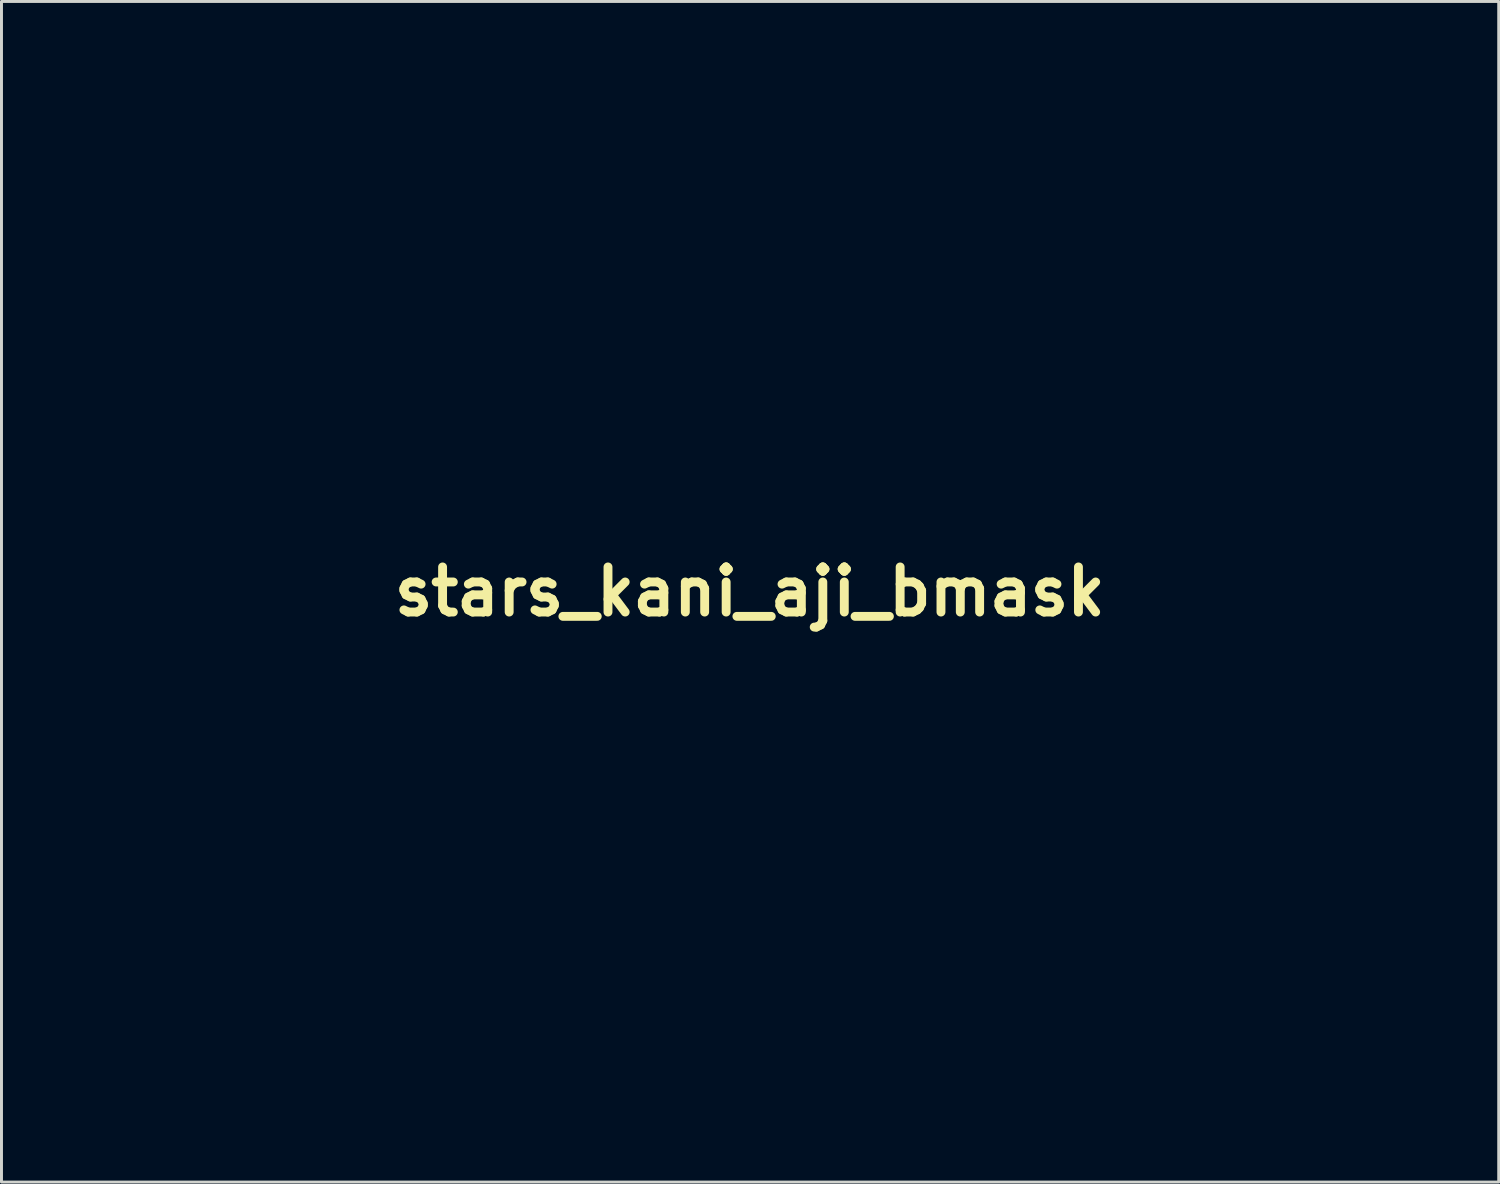
<source format=kicad_pcb>
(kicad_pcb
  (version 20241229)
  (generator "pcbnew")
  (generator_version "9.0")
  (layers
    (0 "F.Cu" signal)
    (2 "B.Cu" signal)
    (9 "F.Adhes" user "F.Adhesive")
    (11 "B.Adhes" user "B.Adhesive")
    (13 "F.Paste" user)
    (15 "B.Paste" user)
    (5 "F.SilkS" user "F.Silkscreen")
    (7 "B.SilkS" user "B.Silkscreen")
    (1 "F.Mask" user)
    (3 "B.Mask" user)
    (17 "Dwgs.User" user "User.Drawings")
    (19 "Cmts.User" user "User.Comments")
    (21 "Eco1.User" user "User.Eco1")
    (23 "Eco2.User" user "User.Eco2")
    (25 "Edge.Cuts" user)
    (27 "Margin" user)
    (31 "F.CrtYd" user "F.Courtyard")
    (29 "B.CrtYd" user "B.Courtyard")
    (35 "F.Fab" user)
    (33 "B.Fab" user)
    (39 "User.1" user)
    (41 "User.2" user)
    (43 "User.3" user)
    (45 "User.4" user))
  (footprint "stars_kani_aji_bmask"
    (layer "F.Cu")
    (at 22.279 16.937)
    (property "Reference" "stars_kani_aji_bmask" (at 0 0 0) (layer "F.SilkS") (effects (font (size 1.524 1.524) (thickness 0.3))))
    (attr through_hole)
    (fp_poly (pts (xy -14.33 -5.472) (xy -14.247 -5.392) (xy -14.211 -5.333) (xy -14.177 -5.237) (xy -14.184 -5.143) (xy -14.213 -5.066) (xy -14.282 -4.968) (xy -14.371 -4.91) (xy -14.472 -4.895) (xy -14.547 -4.915) (xy -14.643 -4.981) (xy -14.704 -5.073) (xy -14.727 -5.18) (xy -14.711 -5.29) (xy -14.654 -5.393) (xy -14.621 -5.428) (xy -14.522 -5.492) (xy -14.423 -5.506) (xy -14.33 -5.472)) (stroke (width 0.01) (type solid)) (fill yes) (layer "B.Mask"))
    (fp_poly (pts (xy 8.14 11.578) (xy 8.209 11.631) (xy 8.27 11.703) (xy 8.306 11.772) (xy 8.319 11.867) (xy 8.286 11.94) (xy 8.207 11.996) (xy 8.19 12.004) (xy 8.124 12.03) (xy 8.078 12.036) (xy 8.029 12.022) (xy 7.986 12.003) (xy 7.918 11.96) (xy 7.883 11.899) (xy 7.874 11.808) (xy 7.893 11.697) (xy 7.944 11.614) (xy 8.021 11.565) (xy 8.077 11.557) (xy 8.14 11.578)) (stroke (width 0.01) (type solid)) (fill yes) (layer "B.Mask"))
    (fp_poly (pts (xy 9.746 13.41) (xy 9.829 13.482) (xy 9.878 13.559) (xy 9.931 13.698) (xy 9.948 13.825) (xy 9.931 13.935) (xy 9.879 14.018) (xy 9.815 14.061) (xy 9.696 14.093) (xy 9.589 14.079) (xy 9.556 14.066) (xy 9.515 14.035) (xy 9.489 13.985) (xy 9.476 13.907) (xy 9.476 13.792) (xy 9.479 13.72) (xy 9.497 13.57) (xy 9.531 13.465) (xy 9.582 13.405) (xy 9.649 13.386) (xy 9.746 13.41)) (stroke (width 0.01) (type solid)) (fill yes) (layer "B.Mask"))
    (fp_poly (pts (xy -10.275 1.271) (xy -10.252 1.28) (xy -10.148 1.347) (xy -10.083 1.442) (xy -10.059 1.553) (xy -10.082 1.671) (xy -10.097 1.703) (xy -10.168 1.787) (xy -10.277 1.838) (xy -10.415 1.854) (xy -10.501 1.85) (xy -10.559 1.829) (xy -10.616 1.784) (xy -10.63 1.77) (xy -10.705 1.667) (xy -10.736 1.563) (xy -10.726 1.463) (xy -10.683 1.374) (xy -10.611 1.303) (xy -10.516 1.258) (xy -10.402 1.245) (xy -10.275 1.271)) (stroke (width 0.01) (type solid)) (fill yes) (layer "B.Mask"))
    (fp_poly (pts (xy 11.093 -16.885) (xy 11.109 -16.87) (xy 11.168 -16.781) (xy 11.194 -16.683) (xy 11.191 -16.586) (xy 11.159 -16.501) (xy 11.103 -16.438) (xy 11.023 -16.409) (xy 11.006 -16.409) (xy 10.956 -16.424) (xy 10.896 -16.462) (xy 10.891 -16.466) (xy 10.834 -16.529) (xy 10.787 -16.608) (xy 10.782 -16.618) (xy 10.759 -16.686) (xy 10.759 -16.734) (xy 10.782 -16.788) (xy 10.849 -16.882) (xy 10.927 -16.93) (xy 11.011 -16.932) (xy 11.093 -16.885)) (stroke (width 0.01) (type solid)) (fill yes) (layer "B.Mask"))
    (fp_poly (pts (xy 12.567 -1.77) (xy 12.672 -1.715) (xy 12.749 -1.636) (xy 12.763 -1.61) (xy 12.792 -1.506) (xy 12.8 -1.38) (xy 12.785 -1.255) (xy 12.759 -1.175) (xy 12.692 -1.089) (xy 12.593 -1.029) (xy 12.476 -0.997) (xy 12.355 -0.997) (xy 12.242 -1.032) (xy 12.215 -1.048) (xy 12.119 -1.14) (xy 12.06 -1.255) (xy 12.038 -1.383) (xy 12.052 -1.512) (xy 12.102 -1.632) (xy 12.189 -1.73) (xy 12.224 -1.754) (xy 12.328 -1.794) (xy 12.447 -1.797) (xy 12.567 -1.77)) (stroke (width 0.01) (type solid)) (fill yes) (layer "B.Mask"))
    (fp_poly (pts (xy -12.252 -8.147) (xy -12.088 -8.116) (xy -11.961 -8.052) (xy -11.882 -7.974) (xy -11.826 -7.863) (xy -11.802 -7.737) (xy -11.812 -7.611) (xy -11.854 -7.5) (xy -11.888 -7.454) (xy -11.963 -7.404) (xy -12.074 -7.368) (xy -12.206 -7.347) (xy -12.345 -7.345) (xy -12.477 -7.363) (xy -12.484 -7.364) (xy -12.609 -7.412) (xy -12.693 -7.486) (xy -12.738 -7.592) (xy -12.75 -7.714) (xy -12.73 -7.871) (xy -12.672 -7.995) (xy -12.578 -8.083) (xy -12.45 -8.135) (xy -12.29 -8.149) (xy -12.252 -8.147)) (stroke (width 0.01) (type solid)) (fill yes) (layer "B.Mask"))
    (fp_poly (pts (xy -4.605 -3.018) (xy -4.523 -2.998) (xy -4.472 -2.957) (xy -4.443 -2.887) (xy -4.429 -2.79) (xy -4.426 -2.69) (xy -4.442 -2.627) (xy -4.484 -2.589) (xy -4.561 -2.564) (xy -4.562 -2.564) (xy -4.699 -2.543) (xy -4.807 -2.552) (xy -4.889 -2.587) (xy -4.975 -2.65) (xy -5.023 -2.718) (xy -5.046 -2.803) (xy -5.049 -2.874) (xy -5.021 -2.929) (xy -4.995 -2.957) (xy -4.957 -2.991) (xy -4.916 -3.01) (xy -4.856 -3.02) (xy -4.765 -3.022) (xy -4.729 -3.023) (xy -4.605 -3.018)) (stroke (width 0.01) (type solid)) (fill yes) (layer "B.Mask"))
    (fp_poly (pts (xy 9.164 -10.67) (xy 9.266 -10.607) (xy 9.331 -10.535) (xy 9.398 -10.431) (xy 9.436 -10.324) (xy 9.453 -10.194) (xy 9.454 -10.132) (xy 9.44 -9.973) (xy 9.399 -9.835) (xy 9.336 -9.722) (xy 9.256 -9.638) (xy 9.163 -9.589) (xy 9.065 -9.578) (xy 8.965 -9.611) (xy 8.907 -9.652) (xy 8.823 -9.752) (xy 8.752 -9.891) (xy 8.696 -10.058) (xy 8.685 -10.105) (xy 8.672 -10.257) (xy 8.705 -10.391) (xy 8.785 -10.514) (xy 8.828 -10.559) (xy 8.944 -10.646) (xy 9.056 -10.684) (xy 9.164 -10.67)) (stroke (width 0.01) (type solid)) (fill yes) (layer "B.Mask"))
    (fp_poly (pts (xy 0.555 -16.724) (xy 0.655 -16.686) (xy 0.755 -16.634) (xy 0.835 -16.577) (xy 0.856 -16.557) (xy 0.907 -16.486) (xy 0.953 -16.397) (xy 0.983 -16.311) (xy 0.991 -16.265) (xy 0.973 -16.19) (xy 0.93 -16.102) (xy 0.873 -16.021) (xy 0.816 -15.97) (xy 0.704 -15.931) (xy 0.581 -15.933) (xy 0.467 -15.976) (xy 0.455 -15.984) (xy 0.375 -16.059) (xy 0.302 -16.167) (xy 0.244 -16.29) (xy 0.214 -16.402) (xy 0.215 -16.528) (xy 0.255 -16.63) (xy 0.33 -16.701) (xy 0.435 -16.736) (xy 0.475 -16.738) (xy 0.555 -16.724)) (stroke (width 0.01) (type solid)) (fill yes) (layer "B.Mask"))
    (fp_poly (pts (xy -15.924 -4.317) (xy -15.847 -4.259) (xy -15.794 -4.167) (xy -15.768 -4.05) (xy -15.771 -3.92) (xy -15.805 -3.786) (xy -15.817 -3.758) (xy -15.882 -3.651) (xy -15.975 -3.549) (xy -16.083 -3.464) (xy -16.195 -3.404) (xy -16.296 -3.378) (xy -16.306 -3.378) (xy -16.356 -3.394) (xy -16.419 -3.435) (xy -16.44 -3.452) (xy -16.489 -3.502) (xy -16.513 -3.551) (xy -16.521 -3.618) (xy -16.521 -3.662) (xy -16.496 -3.816) (xy -16.43 -3.975) (xy -16.329 -4.124) (xy -16.254 -4.203) (xy -16.152 -4.287) (xy -16.065 -4.33) (xy -15.983 -4.335) (xy -15.924 -4.317)) (stroke (width 0.01) (type solid)) (fill yes) (layer "B.Mask"))
    (fp_poly (pts (xy -16.244 -10.282) (xy -16.123 -10.258) (xy -16.035 -10.206) (xy -15.974 -10.121) (xy -15.939 -9.999) (xy -15.927 -9.834) (xy -15.927 -9.804) (xy -15.945 -9.635) (xy -15.999 -9.49) (xy -16.082 -9.374) (xy -16.191 -9.295) (xy -16.253 -9.271) (xy -16.323 -9.254) (xy -16.374 -9.249) (xy -16.424 -9.262) (xy -16.494 -9.293) (xy -16.528 -9.31) (xy -16.642 -9.389) (xy -16.746 -9.502) (xy -16.828 -9.633) (xy -16.865 -9.727) (xy -16.876 -9.853) (xy -16.838 -9.979) (xy -16.752 -10.099) (xy -16.728 -10.124) (xy -16.593 -10.221) (xy -16.437 -10.274) (xy -16.258 -10.283) (xy -16.244 -10.282)) (stroke (width 0.01) (type solid)) (fill yes) (layer "B.Mask"))
    (fp_poly (pts (xy 5.535 5.066) (xy 5.735 5.117) (xy 5.923 5.211) (xy 6.033 5.297) (xy 6.098 5.387) (xy 6.117 5.485) (xy 6.091 5.593) (xy 6.018 5.714) (xy 5.898 5.849) (xy 5.826 5.918) (xy 5.668 6.046) (xy 5.511 6.141) (xy 5.361 6.199) (xy 5.224 6.218) (xy 5.107 6.197) (xy 5.105 6.196) (xy 5.033 6.151) (xy 4.948 6.077) (xy 4.863 5.988) (xy 4.794 5.897) (xy 4.768 5.855) (xy 4.72 5.712) (xy 4.718 5.565) (xy 4.76 5.424) (xy 4.844 5.298) (xy 4.951 5.205) (xy 5.137 5.111) (xy 5.333 5.064) (xy 5.535 5.066)) (stroke (width 0.01) (type solid)) (fill yes) (layer "B.Mask"))
    (fp_poly (pts (xy -4.321 -11.945) (xy -4.213 -11.93) (xy -4.132 -11.901) (xy -4.098 -11.873) (xy -4.08 -11.822) (xy -4.069 -11.735) (xy -4.063 -11.626) (xy -4.063 -11.508) (xy -4.068 -11.396) (xy -4.08 -11.303) (xy -4.096 -11.244) (xy -4.1 -11.238) (xy -4.126 -11.213) (xy -4.167 -11.198) (xy -4.235 -11.188) (xy -4.34 -11.183) (xy -4.36 -11.182) (xy -4.519 -11.184) (xy -4.628 -11.199) (xy -4.663 -11.211) (xy -4.741 -11.273) (xy -4.791 -11.377) (xy -4.812 -11.522) (xy -4.813 -11.57) (xy -4.8 -11.694) (xy -4.766 -11.8) (xy -4.715 -11.874) (xy -4.675 -11.901) (xy -4.565 -11.931) (xy -4.443 -11.945) (xy -4.321 -11.945)) (stroke (width 0.01) (type solid)) (fill yes) (layer "B.Mask"))
    (fp_poly (pts (xy 17.844 13.295) (xy 17.93 13.314) (xy 17.952 13.319) (xy 18.138 13.381) (xy 18.294 13.466) (xy 18.419 13.569) (xy 18.507 13.686) (xy 18.555 13.812) (xy 18.559 13.941) (xy 18.519 14.066) (xy 18.433 14.199) (xy 18.338 14.282) (xy 18.229 14.318) (xy 18.105 14.308) (xy 18.082 14.301) (xy 17.995 14.267) (xy 17.887 14.215) (xy 17.773 14.152) (xy 17.666 14.087) (xy 17.579 14.026) (xy 17.53 13.983) (xy 17.465 13.873) (xy 17.436 13.739) (xy 17.444 13.597) (xy 17.448 13.582) (xy 17.489 13.464) (xy 17.554 13.382) (xy 17.654 13.326) (xy 17.665 13.321) (xy 17.73 13.299) (xy 17.784 13.29) (xy 17.844 13.295)) (stroke (width 0.01) (type solid)) (fill yes) (layer "B.Mask"))
    (fp_poly (pts (xy -10.306 -15.252) (xy -10.177 -15.206) (xy -10.16 -15.197) (xy -10.069 -15.142) (xy -9.964 -15.062) (xy -9.855 -14.967) (xy -9.754 -14.869) (xy -9.672 -14.777) (xy -9.619 -14.701) (xy -9.615 -14.694) (xy -9.59 -14.63) (xy -9.59 -14.583) (xy -9.612 -14.533) (xy -9.66 -14.474) (xy -9.73 -14.422) (xy -9.746 -14.414) (xy -9.851 -14.381) (xy -9.986 -14.363) (xy -10.134 -14.359) (xy -10.277 -14.372) (xy -10.36 -14.39) (xy -10.495 -14.437) (xy -10.628 -14.499) (xy -10.746 -14.57) (xy -10.834 -14.64) (xy -10.861 -14.669) (xy -10.913 -14.77) (xy -10.917 -14.877) (xy -10.874 -14.995) (xy -10.839 -15.051) (xy -10.741 -15.165) (xy -10.629 -15.234) (xy -10.492 -15.264) (xy -10.438 -15.265) (xy -10.306 -15.252)) (stroke (width 0.01) (type solid)) (fill yes) (layer "B.Mask"))
    (fp_poly (pts (xy 7.446 14.734) (xy 7.587 14.768) (xy 7.697 14.829) (xy 7.783 14.921) (xy 7.83 14.999) (xy 7.865 15.103) (xy 7.882 15.235) (xy 7.881 15.376) (xy 7.863 15.507) (xy 7.84 15.58) (xy 7.788 15.665) (xy 7.704 15.764) (xy 7.599 15.867) (xy 7.485 15.962) (xy 7.373 16.039) (xy 7.327 16.065) (xy 7.205 16.113) (xy 7.072 16.142) (xy 6.944 16.151) (xy 6.838 16.138) (xy 6.814 16.13) (xy 6.745 16.074) (xy 6.688 15.977) (xy 6.645 15.844) (xy 6.617 15.684) (xy 6.607 15.503) (xy 6.61 15.38) (xy 6.636 15.187) (xy 6.688 15.031) (xy 6.77 14.908) (xy 6.886 14.81) (xy 6.947 14.775) (xy 7.013 14.746) (xy 7.087 14.73) (xy 7.185 14.723) (xy 7.264 14.722) (xy 7.446 14.734)) (stroke (width 0.01) (type solid)) (fill yes) (layer "B.Mask"))
    (fp_poly (pts (xy 10.898 9.97) (xy 11.029 10.007) (xy 11.187 10.066) (xy 11.363 10.143) (xy 11.508 10.213) (xy 11.644 10.285) (xy 11.74 10.342) (xy 11.804 10.391) (xy 11.841 10.439) (xy 11.858 10.49) (xy 11.862 10.547) (xy 11.85 10.647) (xy 11.811 10.75) (xy 11.742 10.862) (xy 11.639 10.99) (xy 11.506 11.131) (xy 11.368 11.264) (xy 11.249 11.36) (xy 11.14 11.423) (xy 11.029 11.458) (xy 10.906 11.469) (xy 10.762 11.459) (xy 10.723 11.454) (xy 10.54 11.419) (xy 10.398 11.367) (xy 10.29 11.292) (xy 10.208 11.189) (xy 10.162 11.099) (xy 10.107 10.912) (xy 10.102 10.724) (xy 10.148 10.538) (xy 10.243 10.355) (xy 10.36 10.206) (xy 10.497 10.079) (xy 10.635 9.996) (xy 10.768 9.959) (xy 10.802 9.957) (xy 10.898 9.97)) (stroke (width 0.01) (type solid)) (fill yes) (layer "B.Mask"))
    (fp_poly (pts (xy -20.755 -11.307) (xy -20.624 -11.258) (xy -20.504 -11.173) (xy -20.381 -11.048) (xy -20.361 -11.025) (xy -20.251 -10.874) (xy -20.179 -10.722) (xy -20.142 -10.553) (xy -20.132 -10.376) (xy -20.139 -10.221) (xy -20.162 -10.084) (xy -20.205 -9.949) (xy -20.273 -9.801) (xy -20.346 -9.667) (xy -20.462 -9.482) (xy -20.57 -9.343) (xy -20.67 -9.252) (xy -20.705 -9.231) (xy -20.794 -9.197) (xy -20.918 -9.167) (xy -21.062 -9.142) (xy -21.211 -9.125) (xy -21.347 -9.119) (xy -21.46 -9.123) (xy -21.549 -9.139) (xy -21.639 -9.173) (xy -21.688 -9.197) (xy -21.855 -9.299) (xy -22.005 -9.425) (xy -22.126 -9.565) (xy -22.191 -9.671) (xy -22.248 -9.836) (xy -22.274 -10.026) (xy -22.271 -10.227) (xy -22.239 -10.422) (xy -22.178 -10.598) (xy -22.142 -10.668) (xy -21.988 -10.875) (xy -21.801 -11.047) (xy -21.585 -11.181) (xy -21.348 -11.273) (xy -21.097 -11.32) (xy -21.096 -11.32) (xy -20.909 -11.326) (xy -20.755 -11.307)) (stroke (width 0.01) (type solid)) (fill yes) (layer "B.Mask"))
    (fp_poly (pts (xy -3.797 14.963) (xy -3.664 14.973) (xy -3.56 14.993) (xy -3.475 15.026) (xy -3.399 15.076) (xy -3.322 15.145) (xy -3.307 15.16) (xy -3.134 15.358) (xy -3.008 15.556) (xy -2.931 15.754) (xy -2.902 15.948) (xy -2.922 16.138) (xy -2.985 16.308) (xy -3.055 16.419) (xy -3.155 16.544) (xy -3.272 16.668) (xy -3.392 16.777) (xy -3.503 16.859) (xy -3.518 16.868) (xy -3.594 16.908) (xy -3.663 16.93) (xy -3.745 16.939) (xy -3.835 16.94) (xy -3.954 16.934) (xy -4.074 16.919) (xy -4.164 16.901) (xy -4.323 16.843) (xy -4.462 16.757) (xy -4.589 16.635) (xy -4.7 16.493) (xy -4.805 16.311) (xy -4.877 16.114) (xy -4.917 15.912) (xy -4.925 15.712) (xy -4.901 15.522) (xy -4.846 15.349) (xy -4.759 15.201) (xy -4.656 15.098) (xy -4.574 15.045) (xy -4.48 15.007) (xy -4.366 14.982) (xy -4.222 14.967) (xy -4.038 14.961) (xy -3.97 14.961) (xy -3.797 14.963)) (stroke (width 0.01) (type solid)) (fill yes) (layer "B.Mask"))
    (fp_poly (pts (xy 21.149 -5.253) (xy 21.389 -5.189) (xy 21.631 -5.081) (xy 21.839 -4.953) (xy 22.007 -4.82) (xy 22.131 -4.684) (xy 22.216 -4.534) (xy 22.269 -4.36) (xy 22.294 -4.152) (xy 22.296 -4.115) (xy 22.294 -3.859) (xy 22.27 -3.626) (xy 22.223 -3.421) (xy 22.155 -3.251) (xy 22.077 -3.132) (xy 22.017 -3.073) (xy 21.931 -3.003) (xy 21.833 -2.93) (xy 21.736 -2.865) (xy 21.653 -2.817) (xy 21.611 -2.799) (xy 21.412 -2.762) (xy 21.181 -2.765) (xy 21.12 -2.772) (xy 20.8 -2.835) (xy 20.498 -2.94) (xy 20.222 -3.083) (xy 20.037 -3.213) (xy 19.949 -3.289) (xy 19.886 -3.361) (xy 19.842 -3.44) (xy 19.815 -3.538) (xy 19.8 -3.664) (xy 19.792 -3.83) (xy 19.792 -3.835) (xy 19.795 -4.109) (xy 19.823 -4.344) (xy 19.879 -4.548) (xy 19.963 -4.729) (xy 20.079 -4.892) (xy 20.117 -4.936) (xy 20.286 -5.085) (xy 20.478 -5.191) (xy 20.688 -5.254) (xy 20.914 -5.275) (xy 21.149 -5.253)) (stroke (width 0.01) (type solid)) (fill yes) (layer "B.Mask")))
  (gr_rect
    (start -3 -3)
    (end 47.58 36.882)
    (stroke (width 0.1) (type default))
    (fill no)
    (layer "Edge.Cuts")))
</source>
